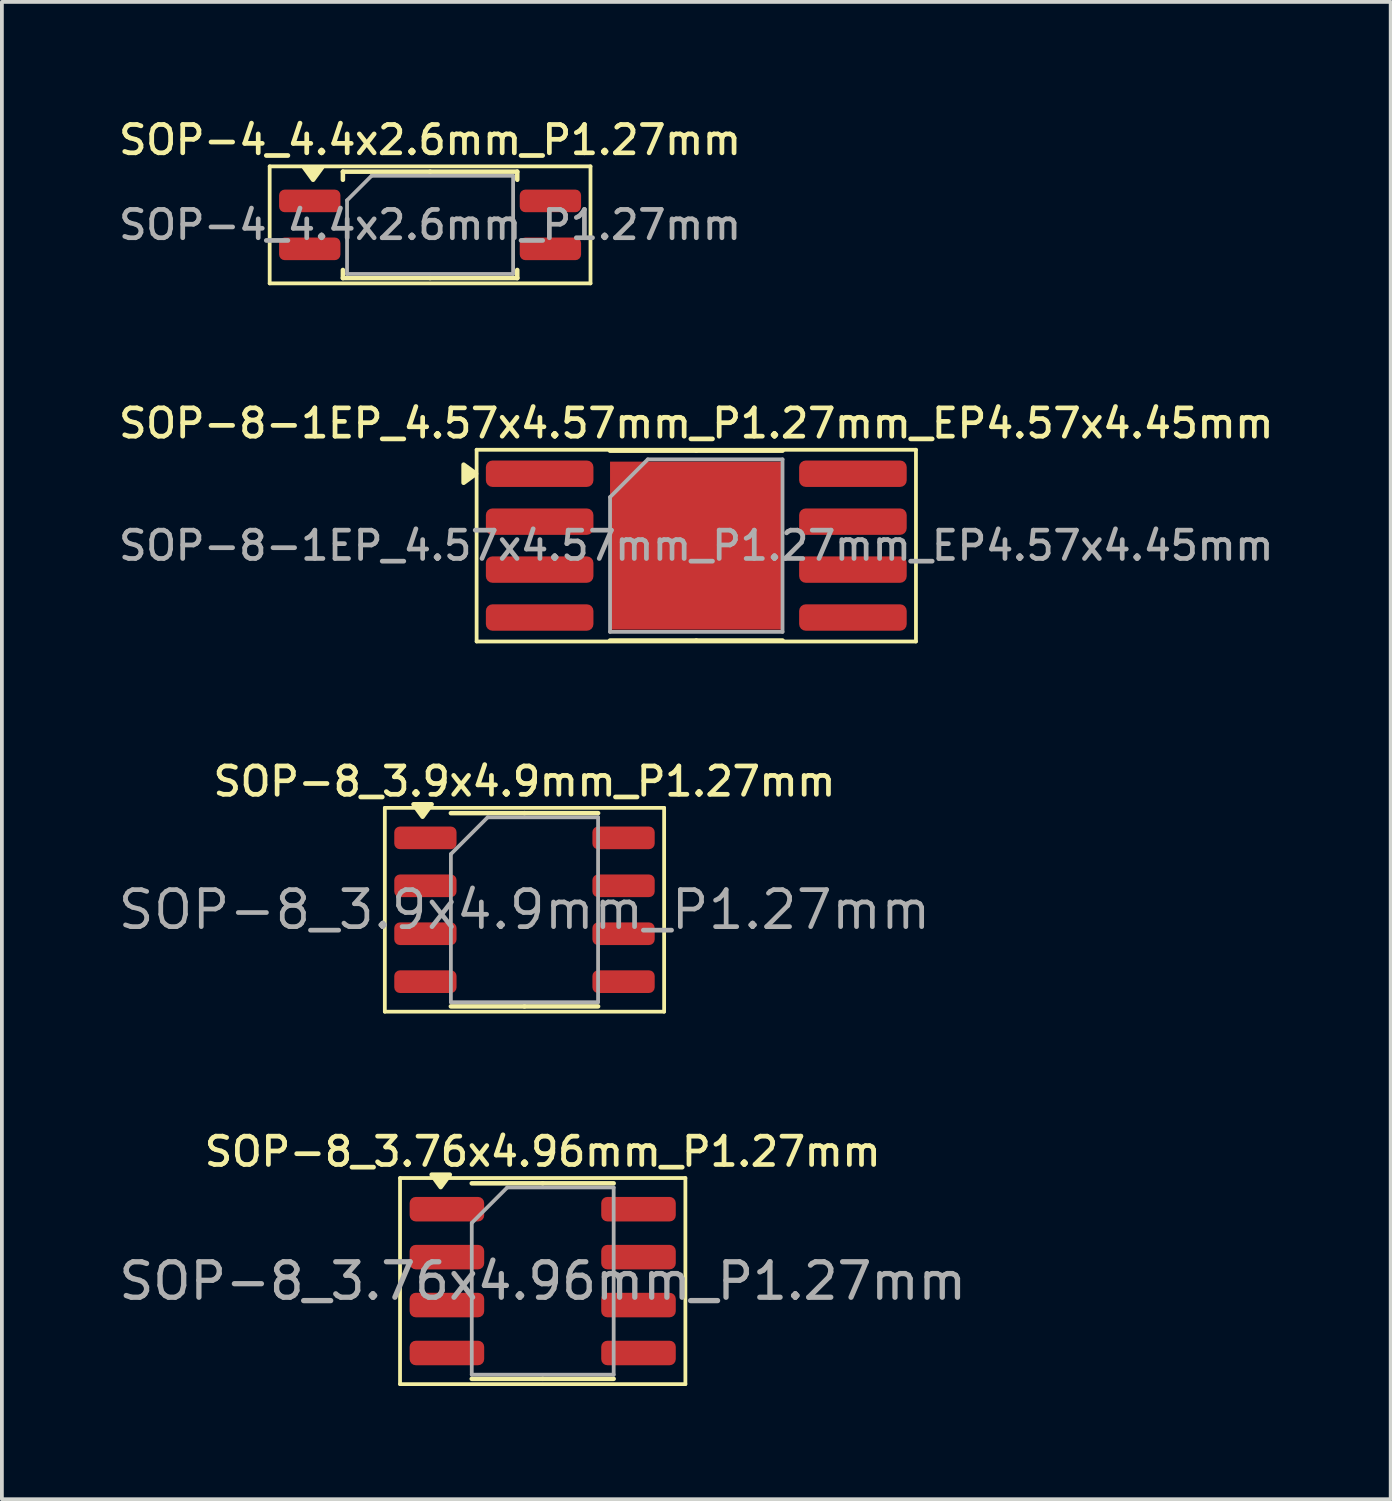
<source format=kicad_pcb>
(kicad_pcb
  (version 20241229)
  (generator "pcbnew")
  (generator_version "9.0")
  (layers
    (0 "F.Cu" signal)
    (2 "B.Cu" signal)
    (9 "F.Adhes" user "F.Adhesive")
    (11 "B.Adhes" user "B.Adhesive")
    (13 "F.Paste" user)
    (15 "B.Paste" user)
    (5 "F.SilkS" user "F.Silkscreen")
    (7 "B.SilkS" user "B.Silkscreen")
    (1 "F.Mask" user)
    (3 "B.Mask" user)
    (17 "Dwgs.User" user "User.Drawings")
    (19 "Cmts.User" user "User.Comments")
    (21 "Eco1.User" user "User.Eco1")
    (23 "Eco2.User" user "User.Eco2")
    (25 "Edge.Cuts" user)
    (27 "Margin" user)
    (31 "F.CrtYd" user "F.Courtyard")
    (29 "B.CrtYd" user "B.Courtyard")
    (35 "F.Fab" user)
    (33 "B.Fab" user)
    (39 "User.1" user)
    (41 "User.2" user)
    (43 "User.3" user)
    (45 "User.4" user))
  (footprint "SOP-8_3.76x4.96mm_P1.27mm"
    (layer "F.Cu")
    (at 11.329 30.892)
    (property "Reference" "SOP-8_3.76x4.96mm_P1.27mm" (at 0 -3.43 0) (layer "F.SilkS") (effects (font (size 0.75 0.75) (thickness 0.125))))
    (attr smd)
    (fp_line (start -3.78 -2.73) (end -3.78 2.73) (stroke (width 0.1) (type solid)) (layer "F.SilkS"))
    (fp_line (start -3.78 2.73) (end 3.78 2.73) (stroke (width 0.1) (type solid)) (layer "F.SilkS"))
    (fp_line (start 0 -2.59) (end -1.88 -2.59) (stroke (width 0.12) (type solid)) (layer "F.SilkS"))
    (fp_line (start 0 -2.59) (end 1.88 -2.59) (stroke (width 0.12) (type solid)) (layer "F.SilkS"))
    (fp_line (start 0 2.59) (end -1.88 2.59) (stroke (width 0.12) (type solid)) (layer "F.SilkS"))
    (fp_line (start 0 2.59) (end 1.88 2.59) (stroke (width 0.12) (type solid)) (layer "F.SilkS"))
    (fp_line (start 3.78 -2.73) (end -3.78 -2.73) (stroke (width 0.1) (type solid)) (layer "F.SilkS"))
    (fp_line (start 3.78 2.73) (end 3.78 -2.73) (stroke (width 0.1) (type solid)) (layer "F.SilkS"))
    (fp_poly (pts (xy -2.703 -2.49) (xy -2.942 -2.82) (xy -2.462 -2.82) (xy -2.703 -2.49)) (stroke (width 0.12) (type solid)) (fill yes) (layer "F.SilkS"))
    (fp_line (start -1.88 -1.54) (end -0.94 -2.48) (stroke (width 0.1) (type solid)) (layer "F.Fab"))
    (fp_line (start -1.88 2.48) (end -1.88 -1.54) (stroke (width 0.1) (type solid)) (layer "F.Fab"))
    (fp_line (start -0.94 -2.48) (end 1.88 -2.48) (stroke (width 0.1) (type solid)) (layer "F.Fab"))
    (fp_line (start 1.88 -2.48) (end 1.88 2.48) (stroke (width 0.1) (type solid)) (layer "F.Fab"))
    (fp_line (start 1.88 2.48) (end -1.88 2.48) (stroke (width 0.1) (type solid)) (layer "F.Fab"))
    (fp_text user "${REFERENCE}" (at 0 0 0) (layer "F.Fab") (effects (font (size 0.94 0.94) (thickness 0.14))))
    (pad "1" smd roundrect (at -2.538 -1.905) (size 1.975 0.65) (layers "F.Cu" "F.Mask" "F.Paste") (roundrect_rratio 0.25))
    (pad "2" smd roundrect (at -2.538 -0.635) (size 1.975 0.65) (layers "F.Cu" "F.Mask" "F.Paste") (roundrect_rratio 0.25))
    (pad "3" smd roundrect (at -2.538 0.635) (size 1.975 0.65) (layers "F.Cu" "F.Mask" "F.Paste") (roundrect_rratio 0.25))
    (pad "4" smd roundrect (at -2.538 1.905) (size 1.975 0.65) (layers "F.Cu" "F.Mask" "F.Paste") (roundrect_rratio 0.25))
    (pad "5" smd roundrect (at 2.538 1.905) (size 1.975 0.65) (layers "F.Cu" "F.Mask" "F.Paste") (roundrect_rratio 0.25))
    (pad "6" smd roundrect (at 2.538 0.635) (size 1.975 0.65) (layers "F.Cu" "F.Mask" "F.Paste") (roundrect_rratio 0.25))
    (pad "7" smd roundrect (at 2.538 -0.635) (size 1.975 0.65) (layers "F.Cu" "F.Mask" "F.Paste") (roundrect_rratio 0.25))
    (pad "8" smd roundrect (at 2.538 -1.905) (size 1.975 0.65) (layers "F.Cu" "F.Mask" "F.Paste") (roundrect_rratio 0.25)))
  (footprint "SOP-8_3.9x4.9mm_P1.27mm"
    (layer "F.Cu")
    (at 10.846 21.054)
    (property "Reference" "SOP-8_3.9x4.9mm_P1.27mm" (at 0 -3.4 0) (layer "F.SilkS") (effects (font (size 0.75 0.75) (thickness 0.125))))
    (attr smd)
    (fp_line (start -3.7 -2.7) (end -3.7 2.7) (stroke (width 0.1) (type solid)) (layer "F.SilkS"))
    (fp_line (start -3.7 2.7) (end 3.7 2.7) (stroke (width 0.1) (type solid)) (layer "F.SilkS"))
    (fp_line (start 0 -2.56) (end -1.95 -2.56) (stroke (width 0.12) (type solid)) (layer "F.SilkS"))
    (fp_line (start 0 -2.56) (end 1.95 -2.56) (stroke (width 0.12) (type solid)) (layer "F.SilkS"))
    (fp_line (start 0 2.56) (end -1.95 2.56) (stroke (width 0.12) (type solid)) (layer "F.SilkS"))
    (fp_line (start 0 2.56) (end 1.95 2.56) (stroke (width 0.12) (type solid)) (layer "F.SilkS"))
    (fp_line (start 3.7 -2.7) (end -3.7 -2.7) (stroke (width 0.1) (type solid)) (layer "F.SilkS"))
    (fp_line (start 3.7 2.7) (end 3.7 -2.7) (stroke (width 0.1) (type solid)) (layer "F.SilkS"))
    (fp_poly (pts (xy -2.7 -2.465) (xy -2.94 -2.795) (xy -2.46 -2.795) (xy -2.7 -2.465)) (stroke (width 0.12) (type solid)) (fill yes) (layer "F.SilkS"))
    (fp_line (start -1.95 -1.475) (end -0.975 -2.45) (stroke (width 0.1) (type solid)) (layer "F.Fab"))
    (fp_line (start -1.95 2.45) (end -1.95 -1.475) (stroke (width 0.1) (type solid)) (layer "F.Fab"))
    (fp_line (start -0.975 -2.45) (end 1.95 -2.45) (stroke (width 0.1) (type solid)) (layer "F.Fab"))
    (fp_line (start 1.95 -2.45) (end 1.95 2.45) (stroke (width 0.1) (type solid)) (layer "F.Fab"))
    (fp_line (start 1.95 2.45) (end -1.95 2.45) (stroke (width 0.1) (type solid)) (layer "F.Fab"))
    (fp_text user "${REFERENCE}" (at 0 0 0) (layer "F.Fab") (effects (font (size 0.98 0.98) (thickness 0.125))))
    (pad "1" smd roundrect (at -2.625 -1.905) (size 1.65 0.6) (layers "F.Cu" "F.Mask" "F.Paste") (roundrect_rratio 0.25))
    (pad "2" smd roundrect (at -2.625 -0.635) (size 1.65 0.6) (layers "F.Cu" "F.Mask" "F.Paste") (roundrect_rratio 0.25))
    (pad "3" smd roundrect (at -2.625 0.635) (size 1.65 0.6) (layers "F.Cu" "F.Mask" "F.Paste") (roundrect_rratio 0.25))
    (pad "4" smd roundrect (at -2.625 1.905) (size 1.65 0.6) (layers "F.Cu" "F.Mask" "F.Paste") (roundrect_rratio 0.25))
    (pad "5" smd roundrect (at 2.625 1.905) (size 1.65 0.6) (layers "F.Cu" "F.Mask" "F.Paste") (roundrect_rratio 0.25))
    (pad "6" smd roundrect (at 2.625 0.635) (size 1.65 0.6) (layers "F.Cu" "F.Mask" "F.Paste") (roundrect_rratio 0.25))
    (pad "7" smd roundrect (at 2.625 -0.635) (size 1.65 0.6) (layers "F.Cu" "F.Mask" "F.Paste") (roundrect_rratio 0.25))
    (pad "8" smd roundrect (at 2.625 -1.905) (size 1.65 0.6) (layers "F.Cu" "F.Mask" "F.Paste") (roundrect_rratio 0.25)))
  (footprint "SOP-4_4.4x2.6mm_P1.27mm"
    (layer "F.Cu")
    (at 8.345 2.908)
    (property "Reference" "SOP-4_4.4x2.6mm_P1.27mm" (at 0 -2.25 0) (layer "F.SilkS") (effects (font (size 0.75 0.75) (thickness 0.125))))
    (attr smd)
    (fp_line (start -4.25 -1.55) (end -4.25 1.55) (stroke (width 0.1) (type solid)) (layer "F.SilkS"))
    (fp_line (start -4.25 1.55) (end 4.25 1.55) (stroke (width 0.1) (type solid)) (layer "F.SilkS"))
    (fp_line (start -2.31 -1.41) (end -2.31 -1.195) (stroke (width 0.12) (type solid)) (layer "F.SilkS"))
    (fp_line (start -2.31 1.41) (end -2.31 1.195) (stroke (width 0.12) (type solid)) (layer "F.SilkS"))
    (fp_line (start 0 -1.41) (end -2.31 -1.41) (stroke (width 0.12) (type solid)) (layer "F.SilkS"))
    (fp_line (start 0 -1.41) (end 2.31 -1.41) (stroke (width 0.12) (type solid)) (layer "F.SilkS"))
    (fp_line (start 0 1.41) (end -2.31 1.41) (stroke (width 0.12) (type solid)) (layer "F.SilkS"))
    (fp_line (start 0 1.41) (end 2.31 1.41) (stroke (width 0.12) (type solid)) (layer "F.SilkS"))
    (fp_line (start 2.31 -1.41) (end 2.31 -1.195) (stroke (width 0.12) (type solid)) (layer "F.SilkS"))
    (fp_line (start 2.31 1.41) (end 2.31 1.195) (stroke (width 0.12) (type solid)) (layer "F.SilkS"))
    (fp_line (start 4.25 -1.55) (end -4.25 -1.55) (stroke (width 0.1) (type solid)) (layer "F.SilkS"))
    (fp_line (start 4.25 1.55) (end 4.25 -1.55) (stroke (width 0.1) (type solid)) (layer "F.SilkS"))
    (fp_poly (pts (xy -3.1 -1.195) (xy -3.34 -1.525) (xy -2.86 -1.525) (xy -3.1 -1.195)) (stroke (width 0.12) (type solid)) (fill yes) (layer "F.SilkS"))
    (fp_line (start -2.2 -0.65) (end -1.55 -1.3) (stroke (width 0.1) (type solid)) (layer "F.Fab"))
    (fp_line (start -2.2 1.3) (end -2.2 -0.65) (stroke (width 0.1) (type solid)) (layer "F.Fab"))
    (fp_line (start -1.55 -1.3) (end 2.2 -1.3) (stroke (width 0.1) (type solid)) (layer "F.Fab"))
    (fp_line (start 2.2 -1.3) (end 2.2 1.3) (stroke (width 0.1) (type solid)) (layer "F.Fab"))
    (fp_line (start 2.2 1.3) (end -2.2 1.3) (stroke (width 0.1) (type solid)) (layer "F.Fab"))
    (fp_text user "${REFERENCE}" (at 0 0 0) (layer "F.Fab") (effects (font (size 0.75 0.75) (thickness 0.125))))
    (pad "1" smd roundrect (at -3.188 -0.635) (size 1.625 0.6) (layers "F.Cu" "F.Mask" "F.Paste") (roundrect_rratio 0.25))
    (pad "2" smd roundrect (at -3.188 0.635) (size 1.625 0.6) (layers "F.Cu" "F.Mask" "F.Paste") (roundrect_rratio 0.25))
    (pad "3" smd roundrect (at 3.188 0.635) (size 1.625 0.6) (layers "F.Cu" "F.Mask" "F.Paste") (roundrect_rratio 0.25))
    (pad "4" smd roundrect (at 3.188 -0.635) (size 1.625 0.6) (layers "F.Cu" "F.Mask" "F.Paste") (roundrect_rratio 0.25)))
  (footprint "SOP-8-1EP_4.57x4.57mm_P1.27mm_EP4.57x4.45mm"
    (layer "F.Cu")
    (at 15.398 11.406)
    (property "Reference" "SOP-8-1EP_4.57x4.57mm_P1.27mm_EP4.57x4.45mm" (at 0 -3.24 0) (layer "F.SilkS") (effects (font (size 0.75 0.75) (thickness 0.125))))
    (attr smd)
    (fp_line (start -5.82 -2.54) (end -5.82 2.54) (stroke (width 0.1) (type solid)) (layer "F.SilkS"))
    (fp_line (start -5.82 2.54) (end 5.82 2.54) (stroke (width 0.1) (type solid)) (layer "F.SilkS"))
    (fp_line (start 0 -2.515) (end -2.285 -2.515) (stroke (width 0.12) (type solid)) (layer "F.SilkS"))
    (fp_line (start 0 -2.515) (end 2.285 -2.515) (stroke (width 0.12) (type solid)) (layer "F.SilkS"))
    (fp_line (start 0 2.515) (end -2.285 2.515) (stroke (width 0.12) (type solid)) (layer "F.SilkS"))
    (fp_line (start 0 2.515) (end 2.285 2.515) (stroke (width 0.12) (type solid)) (layer "F.SilkS"))
    (fp_line (start 5.82 -2.54) (end -5.82 -2.54) (stroke (width 0.1) (type solid)) (layer "F.SilkS"))
    (fp_line (start 5.82 2.54) (end 5.82 -2.54) (stroke (width 0.1) (type solid)) (layer "F.SilkS"))
    (fp_poly (pts (xy -5.835 -1.905) (xy -6.165 -2.145) (xy -6.165 -1.665) (xy -5.835 -1.905)) (stroke (width 0.12) (type solid)) (fill yes) (layer "F.SilkS"))
    (fp_line (start -2.285 -1.285) (end -1.285 -2.285) (stroke (width 0.1) (type solid)) (layer "F.Fab"))
    (fp_line (start -2.285 2.285) (end -2.285 -1.285) (stroke (width 0.1) (type solid)) (layer "F.Fab"))
    (fp_line (start -1.285 -2.285) (end 2.285 -2.285) (stroke (width 0.1) (type solid)) (layer "F.Fab"))
    (fp_line (start 2.285 -2.285) (end 2.285 2.285) (stroke (width 0.1) (type solid)) (layer "F.Fab"))
    (fp_line (start 2.285 2.285) (end -2.285 2.285) (stroke (width 0.1) (type solid)) (layer "F.Fab"))
    (fp_text user "${REFERENCE}" (at 0 0 0) (layer "F.Fab") (effects (font (size 0.75 0.75) (thickness 0.125))))
    (pad "" smd roundrect (at -1.14 -1.11) (size 1.84 1.79) (layers "F.Paste") (roundrect_rratio 0.14))
    (pad "" smd roundrect (at -1.14 1.11) (size 1.84 1.79) (layers "F.Paste") (roundrect_rratio 0.14))
    (pad "" smd roundrect (at 1.14 -1.11) (size 1.84 1.79) (layers "F.Paste") (roundrect_rratio 0.14))
    (pad "" smd roundrect (at 1.14 1.11) (size 1.84 1.79) (layers "F.Paste") (roundrect_rratio 0.14))
    (pad "1" smd roundrect (at -4.15 -1.905) (size 2.85 0.7) (layers "F.Cu" "F.Mask" "F.Paste") (roundrect_rratio 0.25))
    (pad "2" smd roundrect (at -4.15 -0.635) (size 2.85 0.7) (layers "F.Cu" "F.Mask" "F.Paste") (roundrect_rratio 0.25))
    (pad "3" smd roundrect (at -4.15 0.635) (size 2.85 0.7) (layers "F.Cu" "F.Mask" "F.Paste") (roundrect_rratio 0.25))
    (pad "4" smd roundrect (at -4.15 1.905) (size 2.85 0.7) (layers "F.Cu" "F.Mask" "F.Paste") (roundrect_rratio 0.25))
    (pad "5" smd roundrect (at 4.15 1.905) (size 2.85 0.7) (layers "F.Cu" "F.Mask" "F.Paste") (roundrect_rratio 0.25))
    (pad "6" smd roundrect (at 4.15 0.635) (size 2.85 0.7) (layers "F.Cu" "F.Mask" "F.Paste") (roundrect_rratio 0.25))
    (pad "7" smd roundrect (at 4.15 -0.635) (size 2.85 0.7) (layers "F.Cu" "F.Mask" "F.Paste") (roundrect_rratio 0.25))
    (pad "8" smd roundrect (at 4.15 -1.905) (size 2.85 0.7) (layers "F.Cu" "F.Mask" "F.Paste") (roundrect_rratio 0.25))
    (pad "9" smd rect (at 0 0) (size 4.57 4.45) (property pad_prop_heatsink) (layers "F.Cu" "F.Mask")))
  (gr_rect
    (start -3 -3)
    (end 33.796 36.672)
    (stroke (width 0.1) (type default))
    (fill no)
    (layer "Edge.Cuts")))
</source>
